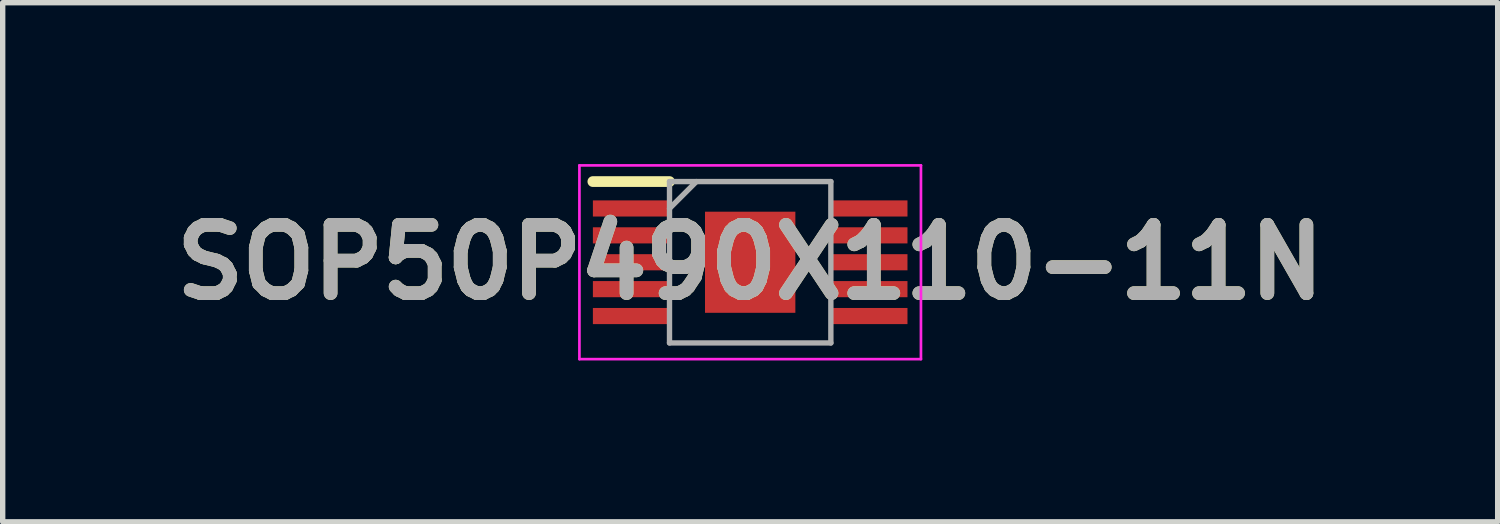
<source format=kicad_pcb>
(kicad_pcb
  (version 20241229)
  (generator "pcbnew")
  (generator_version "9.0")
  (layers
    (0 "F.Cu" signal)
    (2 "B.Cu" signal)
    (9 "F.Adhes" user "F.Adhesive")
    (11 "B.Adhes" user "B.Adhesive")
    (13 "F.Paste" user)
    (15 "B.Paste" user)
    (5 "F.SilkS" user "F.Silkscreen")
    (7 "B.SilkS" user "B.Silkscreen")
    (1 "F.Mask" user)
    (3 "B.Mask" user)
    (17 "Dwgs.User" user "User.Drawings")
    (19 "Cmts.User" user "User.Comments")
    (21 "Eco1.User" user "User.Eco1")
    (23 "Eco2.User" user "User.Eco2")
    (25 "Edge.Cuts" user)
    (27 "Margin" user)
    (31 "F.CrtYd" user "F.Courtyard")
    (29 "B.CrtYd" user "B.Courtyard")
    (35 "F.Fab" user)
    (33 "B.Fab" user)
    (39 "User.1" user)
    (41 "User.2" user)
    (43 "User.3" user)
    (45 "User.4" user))
  (footprint "SOP50P490X110-11N"
    (layer "F.Cu")
    (at 10.898 1.826)
    (property "Reference" "SOP50P490X110-11N" (at 0 0 0) (layer "F.SilkS") (effects (font (size 1.27 1.27) (thickness 0.254))))
    (attr smd)
    (fp_line (start -2.925 -1.5) (end -1.5 -1.5) (stroke (width 0.2) (type solid)) (layer "F.SilkS"))
    (fp_line (start -3.175 -1.801) (end 3.175 -1.801) (stroke (width 0.05) (type solid)) (layer "F.CrtYd"))
    (fp_line (start -3.175 1.801) (end -3.175 -1.801) (stroke (width 0.05) (type solid)) (layer "F.CrtYd"))
    (fp_line (start 3.175 -1.801) (end 3.175 1.801) (stroke (width 0.05) (type solid)) (layer "F.CrtYd"))
    (fp_line (start 3.175 1.801) (end -3.175 1.801) (stroke (width 0.05) (type solid)) (layer "F.CrtYd"))
    (fp_line (start -1.5 -1.5) (end 1.5 -1.5) (stroke (width 0.1) (type solid)) (layer "F.Fab"))
    (fp_line (start -1.5 -1) (end -1 -1.5) (stroke (width 0.1) (type solid)) (layer "F.Fab"))
    (fp_line (start -1.5 1.5) (end -1.5 -1.5) (stroke (width 0.1) (type solid)) (layer "F.Fab"))
    (fp_line (start 1.5 -1.5) (end 1.5 1.5) (stroke (width 0.1) (type solid)) (layer "F.Fab"))
    (fp_line (start 1.5 1.5) (end -1.5 1.5) (stroke (width 0.1) (type solid)) (layer "F.Fab"))
    (fp_text user "${REFERENCE}" (at 0 0 0) (layer "F.Fab") (effects (font (size 1.27 1.27) (thickness 0.254))))
    (pad "1" smd rect (at -2.212 -1 90) (size 0.3 1.425) (layers "F.Cu" "F.Mask" "F.Paste"))
    (pad "2" smd rect (at -2.212 -0.5 90) (size 0.3 1.425) (layers "F.Cu" "F.Mask" "F.Paste"))
    (pad "3" smd rect (at -2.212 0 90) (size 0.3 1.425) (layers "F.Cu" "F.Mask" "F.Paste"))
    (pad "4" smd rect (at -2.212 0.5 90) (size 0.3 1.425) (layers "F.Cu" "F.Mask" "F.Paste"))
    (pad "5" smd rect (at -2.212 1 90) (size 0.3 1.425) (layers "F.Cu" "F.Mask" "F.Paste"))
    (pad "6" smd rect (at 2.212 1 90) (size 0.3 1.425) (layers "F.Cu" "F.Mask" "F.Paste"))
    (pad "7" smd rect (at 2.212 0.5 90) (size 0.3 1.425) (layers "F.Cu" "F.Mask" "F.Paste"))
    (pad "8" smd rect (at 2.212 0 90) (size 0.3 1.425) (layers "F.Cu" "F.Mask" "F.Paste"))
    (pad "9" smd rect (at 2.212 -0.5 90) (size 0.3 1.425) (layers "F.Cu" "F.Mask" "F.Paste"))
    (pad "10" smd rect (at 2.212 -1 90) (size 0.3 1.425) (layers "F.Cu" "F.Mask" "F.Paste"))
    (pad "11" smd rect (at 0 0) (size 1.68 1.88) (layers "F.Cu" "F.Mask" "F.Paste")))
  (gr_rect
    (start -3 -3)
    (end 24.796 6.652)
    (stroke (width 0.1) (type default))
    (fill no)
    (layer "Edge.Cuts")))
</source>
